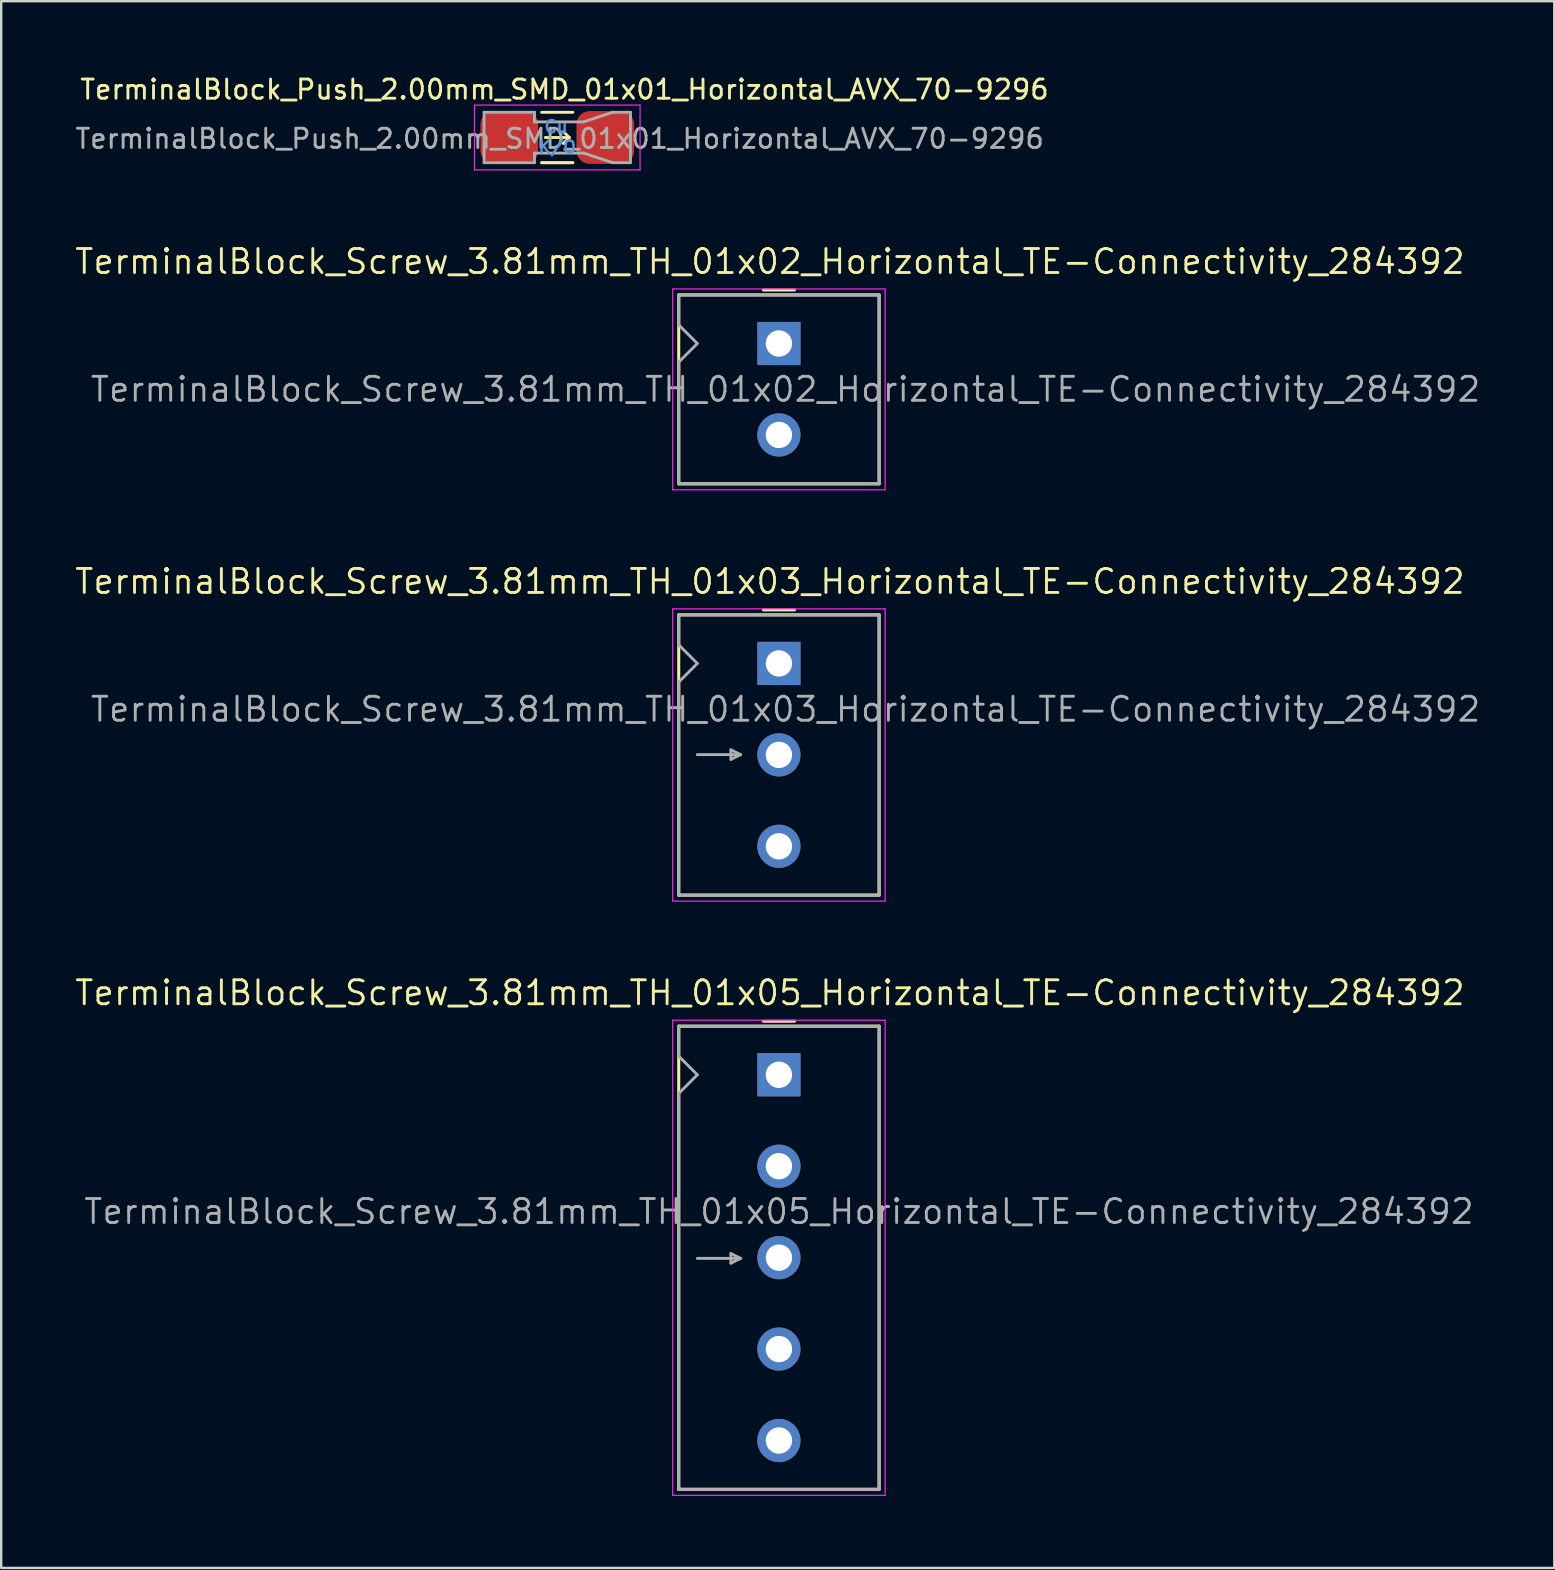
<source format=kicad_pcb>
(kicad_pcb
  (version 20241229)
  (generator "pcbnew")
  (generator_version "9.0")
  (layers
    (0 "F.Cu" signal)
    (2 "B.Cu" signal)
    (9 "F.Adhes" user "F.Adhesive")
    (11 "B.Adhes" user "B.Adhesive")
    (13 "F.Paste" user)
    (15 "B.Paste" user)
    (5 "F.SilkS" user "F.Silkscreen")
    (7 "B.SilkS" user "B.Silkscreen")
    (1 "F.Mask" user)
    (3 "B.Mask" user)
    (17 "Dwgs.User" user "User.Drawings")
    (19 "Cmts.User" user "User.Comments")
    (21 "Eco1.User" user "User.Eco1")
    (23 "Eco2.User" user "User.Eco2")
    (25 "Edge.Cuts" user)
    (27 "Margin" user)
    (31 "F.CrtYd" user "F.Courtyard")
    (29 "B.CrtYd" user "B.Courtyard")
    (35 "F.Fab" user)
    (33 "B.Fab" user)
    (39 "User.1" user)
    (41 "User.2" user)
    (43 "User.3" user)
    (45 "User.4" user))
  (footprint "TerminalBlock_Screw_3.81mm_TH_01x05_Horizontal_TE-Connectivity_284392"
    (layer "F.Cu")
    (at 29.407 41.735)
    (property "Reference" "TerminalBlock_Screw_3.81mm_TH_01x05_Horizontal_TE-Connectivity_284392" (at -0.375 -3.415 0) (unlocked yes) (layer "F.SilkS") (effects (font (size 1 1) (thickness 0.12))))
    (attr through_hole)
    (fp_line (start -4.175 -2.025) (end 4.175 -2.025) (stroke (width 0.127) (type solid)) (layer "F.SilkS"))
    (fp_line (start -4.175 17.275) (end -4.175 -2.025) (stroke (width 0.127) (type solid)) (layer "F.SilkS"))
    (fp_line (start -0.65 -2.23) (end 0.65 -2.23) (stroke (width 0.12) (type solid)) (layer "F.SilkS"))
    (fp_line (start 4.175 -2.025) (end 4.175 17.275) (stroke (width 0.127) (type solid)) (layer "F.SilkS"))
    (fp_line (start 4.175 17.275) (end -4.175 17.275) (stroke (width 0.127) (type solid)) (layer "F.SilkS"))
    (fp_line (start -4.425 -2.275) (end -4.425 17.525) (stroke (width 0.05) (type solid)) (layer "F.CrtYd"))
    (fp_line (start -4.425 17.525) (end 4.425 17.525) (stroke (width 0.05) (type solid)) (layer "F.CrtYd"))
    (fp_line (start 4.425 -2.275) (end -4.425 -2.275) (stroke (width 0.05) (type solid)) (layer "F.CrtYd"))
    (fp_line (start 4.425 17.525) (end 4.425 -2.275) (stroke (width 0.05) (type solid)) (layer "F.CrtYd"))
    (fp_line (start -4.175 -2.025) (end 4.175 -2.025) (stroke (width 0.127) (type solid)) (layer "F.Fab"))
    (fp_line (start -4.175 -0.78) (end -4.175 -2.025) (stroke (width 0.127) (type solid)) (layer "F.Fab"))
    (fp_line (start -4.175 -0.775) (end -3.4 0) (stroke (width 0.12) (type solid)) (layer "F.Fab"))
    (fp_line (start -4.175 17.275) (end -4.175 0.78) (stroke (width 0.127) (type solid)) (layer "F.Fab"))
    (fp_line (start -3.4 0) (end -4.175 0.775) (stroke (width 0.12) (type solid)) (layer "F.Fab"))
    (fp_line (start -3.4 7.65) (end -1.6 7.65) (stroke (width 0.12) (type solid)) (layer "F.Fab"))
    (fp_line (start -2 7.45) (end -2 7.85) (stroke (width 0.12) (type solid)) (layer "F.Fab"))
    (fp_line (start -2 7.85) (end -1.6 7.65) (stroke (width 0.12) (type solid)) (layer "F.Fab"))
    (fp_line (start -1.6 7.65) (end -2 7.45) (stroke (width 0.12) (type solid)) (layer "F.Fab"))
    (fp_line (start 4.175 -2.025) (end 4.175 17.275) (stroke (width 0.127) (type solid)) (layer "F.Fab"))
    (fp_line (start 4.175 17.275) (end -4.175 17.275) (stroke (width 0.127) (type solid)) (layer "F.Fab"))
    (fp_text user "${REFERENCE}" (at 0 5.7 0) (layer "F.Fab") (effects (font (size 1 1) (thickness 0.12))))
    (pad "1" thru_hole rect (at 0 0 270) (size 1.8 1.8) (drill 1.1) (layers "*.Cu" "*.Mask"))
    (pad "2" thru_hole circle (at 0 3.81 270) (size 1.8 1.8) (drill 1.1) (layers "*.Cu" "*.Mask"))
    (pad "3" thru_hole circle (at 0 7.62 270) (size 1.8 1.8) (drill 1.1) (layers "*.Cu" "*.Mask"))
    (pad "4" thru_hole circle (at 0 11.43 270) (size 1.8 1.8) (drill 1.1) (layers "*.Cu" "*.Mask"))
    (pad "5" thru_hole circle (at 0 15.24 270) (size 1.8 1.8) (drill 1.1) (layers "*.Cu" "*.Mask")))
  (footprint "TerminalBlock_Push_2.00mm_SMD_01x01_Horizontal_AVX_70-9296"
    (layer "F.Cu")
    (at 20.171 2.679)
    (property "Reference" "TerminalBlock_Push_2.00mm_SMD_01x01_Horizontal_AVX_70-9296" (at 0.3 -2 0) (unlocked yes) (layer "F.SilkS") (effects (font (size 0.8 0.8) (thickness 0.12))))
    (attr smd)
    (fp_line (start -0.5 0) (end 0.5 0) (stroke (width 0.12) (type solid)) (layer "F.SilkS"))
    (fp_line (start 0.5 0) (end 0.25 -0.25) (stroke (width 0.12) (type solid)) (layer "F.SilkS"))
    (fp_line (start 0.5 0) (end 0.25 0.25) (stroke (width 0.12) (type solid)) (layer "F.SilkS"))
    (fp_line (start 0.65 -1.05) (end -0.65 -1.05) (stroke (width 0.12) (type solid)) (layer "F.SilkS"))
    (fp_line (start 0.65 1.05) (end -0.65 1.05) (stroke (width 0.12) (type solid)) (layer "F.SilkS"))
    (fp_line (start 0.65 1.05) (end -0.65 1.05) (stroke (width 0.12) (type solid)) (layer "F.SilkS"))
    (fp_line (start -3.45 -1.35) (end -3.45 1.35) (stroke (width 0.05) (type solid)) (layer "F.CrtYd"))
    (fp_line (start -3.45 1.35) (end 3.45 1.35) (stroke (width 0.05) (type solid)) (layer "F.CrtYd"))
    (fp_line (start 3.45 -1.35) (end -3.45 -1.35) (stroke (width 0.05) (type solid)) (layer "F.CrtYd"))
    (fp_line (start 3.45 1.35) (end 3.45 -1.35) (stroke (width 0.05) (type solid)) (layer "F.CrtYd"))
    (fp_line (start -3.05 -1.05) (end -3.05 1.05) (stroke (width 0.12) (type solid)) (layer "F.Fab"))
    (fp_line (start -0.95 -1.05) (end -3.05 -1.05) (stroke (width 0.12) (type solid)) (layer "F.Fab"))
    (fp_line (start -0.95 -1.05) (end -0.95 -0.65) (stroke (width 0.12) (type solid)) (layer "F.Fab"))
    (fp_line (start -0.95 1.05) (end -3.05 1.05) (stroke (width 0.12) (type solid)) (layer "F.Fab"))
    (fp_line (start -0.95 1.05) (end -0.95 0.65) (stroke (width 0.12) (type solid)) (layer "F.Fab"))
    (fp_line (start 1.1 -0.65) (end -0.95 -0.65) (stroke (width 0.12) (type solid)) (layer "F.Fab"))
    (fp_line (start 1.1 0.65) (end -0.95 0.65) (stroke (width 0.12) (type solid)) (layer "F.Fab"))
    (fp_line (start 2.3 -1.05) (end 1.1 -0.65) (stroke (width 0.12) (type solid)) (layer "F.Fab"))
    (fp_line (start 2.3 1.05) (end 1.1 0.65) (stroke (width 0.12) (type solid)) (layer "F.Fab"))
    (fp_line (start 3.05 -1.05) (end 2.3 -1.05) (stroke (width 0.12) (type solid)) (layer "F.Fab"))
    (fp_line (start 3.05 1.05) (end 2.3 1.05) (stroke (width 0.12) (type solid)) (layer "F.Fab"))
    (fp_line (start 3.05 1.05) (end 3.05 -1.05) (stroke (width 0.12) (type solid)) (layer "F.Fab"))
    (fp_text user "Cu" (at -0.05 -0.45 0) (layer "Cmts.User") (effects (font (size 0.5 0.5) (thickness 0.1))))
    (fp_text user "K/O" (at 0 0.4 0) (layer "Cmts.User") (effects (font (size 0.5 0.5) (thickness 0.1))))
    (fp_text user "${REFERENCE}" (at 0.1 0.05 0) (layer "F.Fab") (effects (font (size 0.8 0.8) (thickness 0.12))))
    (pad "1" smd roundrect (at -2 0) (size 2.4 2.2) (layers "F.Cu" "F.Mask" "F.Paste") (roundrect_rratio 0.25))
    (pad "1" smd roundrect (at 2 0) (size 2.4 2.2) (layers "F.Cu" "F.Mask" "F.Paste") (roundrect_rratio 0.25))
    (zone (net_name "") (layer "F.Cu") (hatch edge 0.508) (connect_pads) (min_thickness 0.254) (filled_areas_thickness no) (keepout (tracks not_allowed) (vias not_allowed) (pads allowed) (copperpour not_allowed) (footprints allowed)) (placement (enabled no)) (fill) (polygon (pts (xy 21.181 3.939) (xy 19.161 3.939) (xy 19.161 1.419) (xy 21.181 1.419)))))
  (footprint "TerminalBlock_Screw_3.81mm_TH_01x03_Horizontal_TE-Connectivity_284392"
    (layer "F.Cu")
    (at 29.407 24.595)
    (property "Reference" "TerminalBlock_Screw_3.81mm_TH_01x03_Horizontal_TE-Connectivity_284392" (at -0.375 -3.415 0) (unlocked yes) (layer "F.SilkS") (effects (font (size 1 1) (thickness 0.12))))
    (attr through_hole)
    (fp_line (start -4.175 -2.025) (end 4.175 -2.025) (stroke (width 0.127) (type solid)) (layer "F.SilkS"))
    (fp_line (start -4.175 9.655) (end -4.175 -2.025) (stroke (width 0.127) (type solid)) (layer "F.SilkS"))
    (fp_line (start -0.65 -2.23) (end 0.65 -2.23) (stroke (width 0.12) (type solid)) (layer "F.SilkS"))
    (fp_line (start 4.175 -2.025) (end 4.175 9.655) (stroke (width 0.127) (type solid)) (layer "F.SilkS"))
    (fp_line (start 4.175 9.655) (end -4.175 9.655) (stroke (width 0.127) (type solid)) (layer "F.SilkS"))
    (fp_line (start -4.425 -2.275) (end -4.425 9.905) (stroke (width 0.05) (type solid)) (layer "F.CrtYd"))
    (fp_line (start -4.425 9.905) (end 4.425 9.905) (stroke (width 0.05) (type solid)) (layer "F.CrtYd"))
    (fp_line (start 4.425 -2.275) (end -4.425 -2.275) (stroke (width 0.05) (type solid)) (layer "F.CrtYd"))
    (fp_line (start 4.425 9.905) (end 4.425 -2.275) (stroke (width 0.05) (type solid)) (layer "F.CrtYd"))
    (fp_line (start -4.175 -2.025) (end 4.175 -2.025) (stroke (width 0.127) (type solid)) (layer "F.Fab"))
    (fp_line (start -4.175 -0.78) (end -4.175 -2.025) (stroke (width 0.127) (type solid)) (layer "F.Fab"))
    (fp_line (start -4.175 -0.775) (end -3.4 0) (stroke (width 0.12) (type solid)) (layer "F.Fab"))
    (fp_line (start -4.175 9.655) (end -4.175 0.78) (stroke (width 0.127) (type solid)) (layer "F.Fab"))
    (fp_line (start -3.4 0) (end -4.175 0.775) (stroke (width 0.12) (type solid)) (layer "F.Fab"))
    (fp_line (start -3.4 3.8) (end -1.6 3.8) (stroke (width 0.12) (type solid)) (layer "F.Fab"))
    (fp_line (start -2 3.6) (end -2 4) (stroke (width 0.12) (type solid)) (layer "F.Fab"))
    (fp_line (start -2 4) (end -1.6 3.8) (stroke (width 0.12) (type solid)) (layer "F.Fab"))
    (fp_line (start -1.6 3.8) (end -2 3.6) (stroke (width 0.12) (type solid)) (layer "F.Fab"))
    (fp_line (start 4.175 -2.025) (end 4.175 9.655) (stroke (width 0.127) (type solid)) (layer "F.Fab"))
    (fp_line (start 4.175 9.655) (end -4.175 9.655) (stroke (width 0.127) (type solid)) (layer "F.Fab"))
    (fp_text user "${REFERENCE}" (at 0.275 1.91 0) (layer "F.Fab") (effects (font (size 1 1) (thickness 0.12))))
    (pad "1" thru_hole rect (at 0 0 270) (size 1.8 1.8) (drill 1.1) (layers "*.Cu" "*.Mask"))
    (pad "2" thru_hole circle (at 0 3.81 270) (size 1.8 1.8) (drill 1.1) (layers "*.Cu" "*.Mask"))
    (pad "3" thru_hole circle (at 0 7.62 270) (size 1.8 1.8) (drill 1.1) (layers "*.Cu" "*.Mask")))
  (footprint "TerminalBlock_Screw_3.81mm_TH_01x02_Horizontal_TE-Connectivity_284392"
    (layer "F.Cu")
    (at 29.407 11.264)
    (property "Reference" "TerminalBlock_Screw_3.81mm_TH_01x02_Horizontal_TE-Connectivity_284392" (at -0.375 -3.415 0) (unlocked yes) (layer "F.SilkS") (effects (font (size 1 1) (thickness 0.12))))
    (attr through_hole)
    (fp_line (start -4.175 -2.025) (end 4.175 -2.025) (stroke (width 0.127) (type solid)) (layer "F.SilkS"))
    (fp_line (start -4.175 5.845) (end -4.175 -2.025) (stroke (width 0.127) (type solid)) (layer "F.SilkS"))
    (fp_line (start -0.65 -2.23) (end 0.65 -2.23) (stroke (width 0.12) (type solid)) (layer "F.SilkS"))
    (fp_line (start 4.175 -2.025) (end 4.175 5.845) (stroke (width 0.127) (type solid)) (layer "F.SilkS"))
    (fp_line (start 4.175 5.845) (end -4.175 5.845) (stroke (width 0.127) (type solid)) (layer "F.SilkS"))
    (fp_line (start -4.425 -2.275) (end -4.425 6.095) (stroke (width 0.05) (type solid)) (layer "F.CrtYd"))
    (fp_line (start -4.425 6.095) (end 4.425 6.095) (stroke (width 0.05) (type solid)) (layer "F.CrtYd"))
    (fp_line (start 4.425 -2.275) (end -4.425 -2.275) (stroke (width 0.05) (type solid)) (layer "F.CrtYd"))
    (fp_line (start 4.425 6.095) (end 4.425 -2.275) (stroke (width 0.05) (type solid)) (layer "F.CrtYd"))
    (fp_line (start -4.175 -2.025) (end 4.175 -2.025) (stroke (width 0.127) (type solid)) (layer "F.Fab"))
    (fp_line (start -4.175 -0.78) (end -4.175 -2.025) (stroke (width 0.127) (type solid)) (layer "F.Fab"))
    (fp_line (start -4.175 -0.775) (end -3.4 0) (stroke (width 0.12) (type solid)) (layer "F.Fab"))
    (fp_line (start -4.175 5.845) (end -4.175 0.78) (stroke (width 0.127) (type solid)) (layer "F.Fab"))
    (fp_line (start -3.4 0) (end -4.175 0.775) (stroke (width 0.12) (type solid)) (layer "F.Fab"))
    (fp_line (start 4.175 -2.025) (end 4.175 5.845) (stroke (width 0.127) (type solid)) (layer "F.Fab"))
    (fp_line (start 4.175 5.845) (end -4.175 5.845) (stroke (width 0.127) (type solid)) (layer "F.Fab"))
    (fp_text user "${REFERENCE}" (at 0.275 1.91 0) (layer "F.Fab") (effects (font (size 1 1) (thickness 0.12))))
    (pad "1" thru_hole rect (at 0 0 270) (size 1.8 1.8) (drill 1.1) (layers "*.Cu" "*.Mask"))
    (pad "2" thru_hole circle (at 0 3.81 270) (size 1.8 1.8) (drill 1.1) (layers "*.Cu" "*.Mask")))
  (gr_rect
    (start -3 -3)
    (end 61.715 62.285)
    (stroke (width 0.1) (type default))
    (fill no)
    (layer "Edge.Cuts")))
</source>
